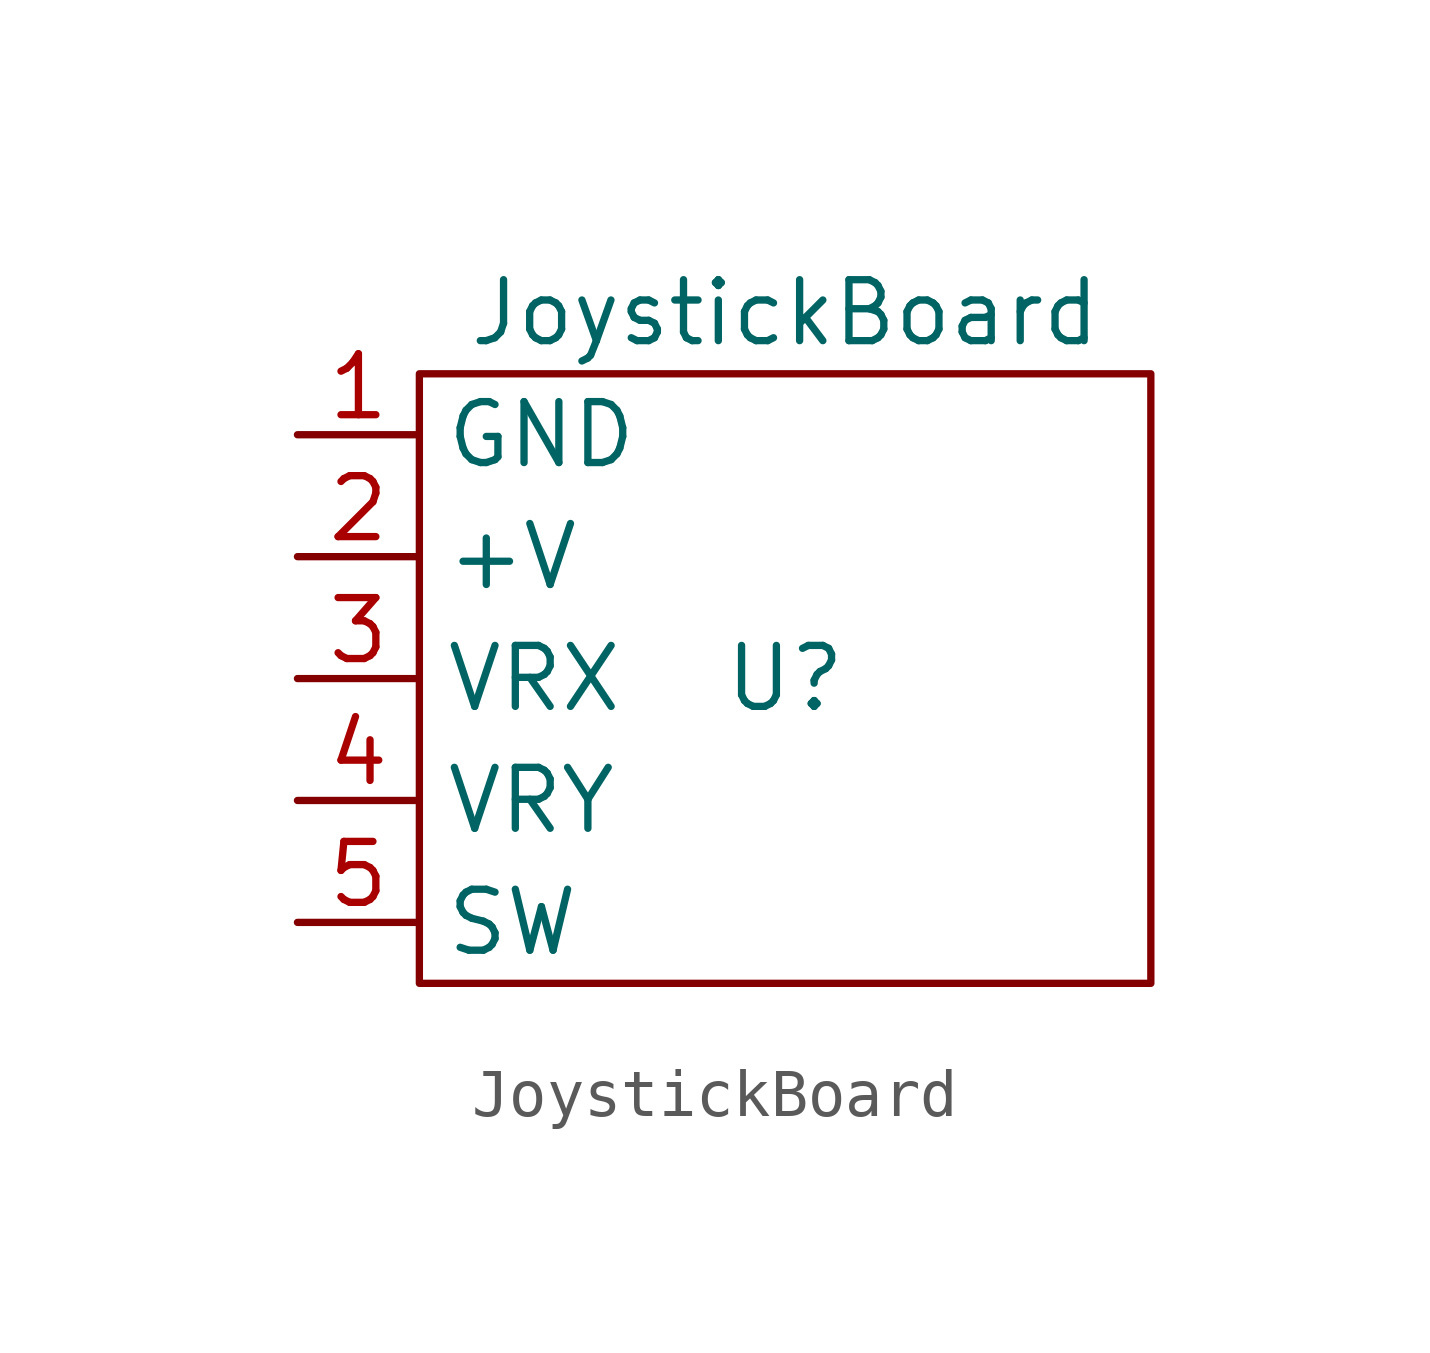
<source format=kicad_sym>
(kicad_symbol_lib
  (version 20211014)
  (generator kicad_symbol_editor)
  (symbol "JoystickBoard"
    (property "Reference" "U"
      (at -5.08 1.27 0)
      (effects (font (size 1.27 1.27))))
    (property "Value" "JoystickBoard"
      (at -5.08 8.89 0)
      (effects (font (size 1.27 1.27))))
    (symbol "JoystickBoard_0_1"
      (rectangle (start -12.7 7.62) (end 2.54 -5.08) (stroke (width 0) (type default) (color 0 0 0 0)) (fill (type none))))
    (symbol "JoystickBoard_1_1"
      (pin power_in line (at -15.24 6.35 0) (length 2.54) (name "GND" (effects (font (size 1.27 1.27)))) (number "1" (effects (font (size 1.27 1.27)))))
      (pin power_in line (at -15.24 3.81 0) (length 2.54) (name "+V" (effects (font (size 1.27 1.27)))) (number "2" (effects (font (size 1.27 1.27)))))
      (pin output line (at -15.24 1.27 0) (length 2.54) (name "VRX" (effects (font (size 1.27 1.27)))) (number "3" (effects (font (size 1.27 1.27)))))
      (pin output line (at -15.24 -1.27 0) (length 2.54) (name "VRY" (effects (font (size 1.27 1.27)))) (number "4" (effects (font (size 1.27 1.27)))))
      (pin output line (at -15.24 -3.81 0) (length 2.54) (name "SW" (effects (font (size 1.27 1.27)))) (number "5" (effects (font (size 1.27 1.27))))))))
</source>
